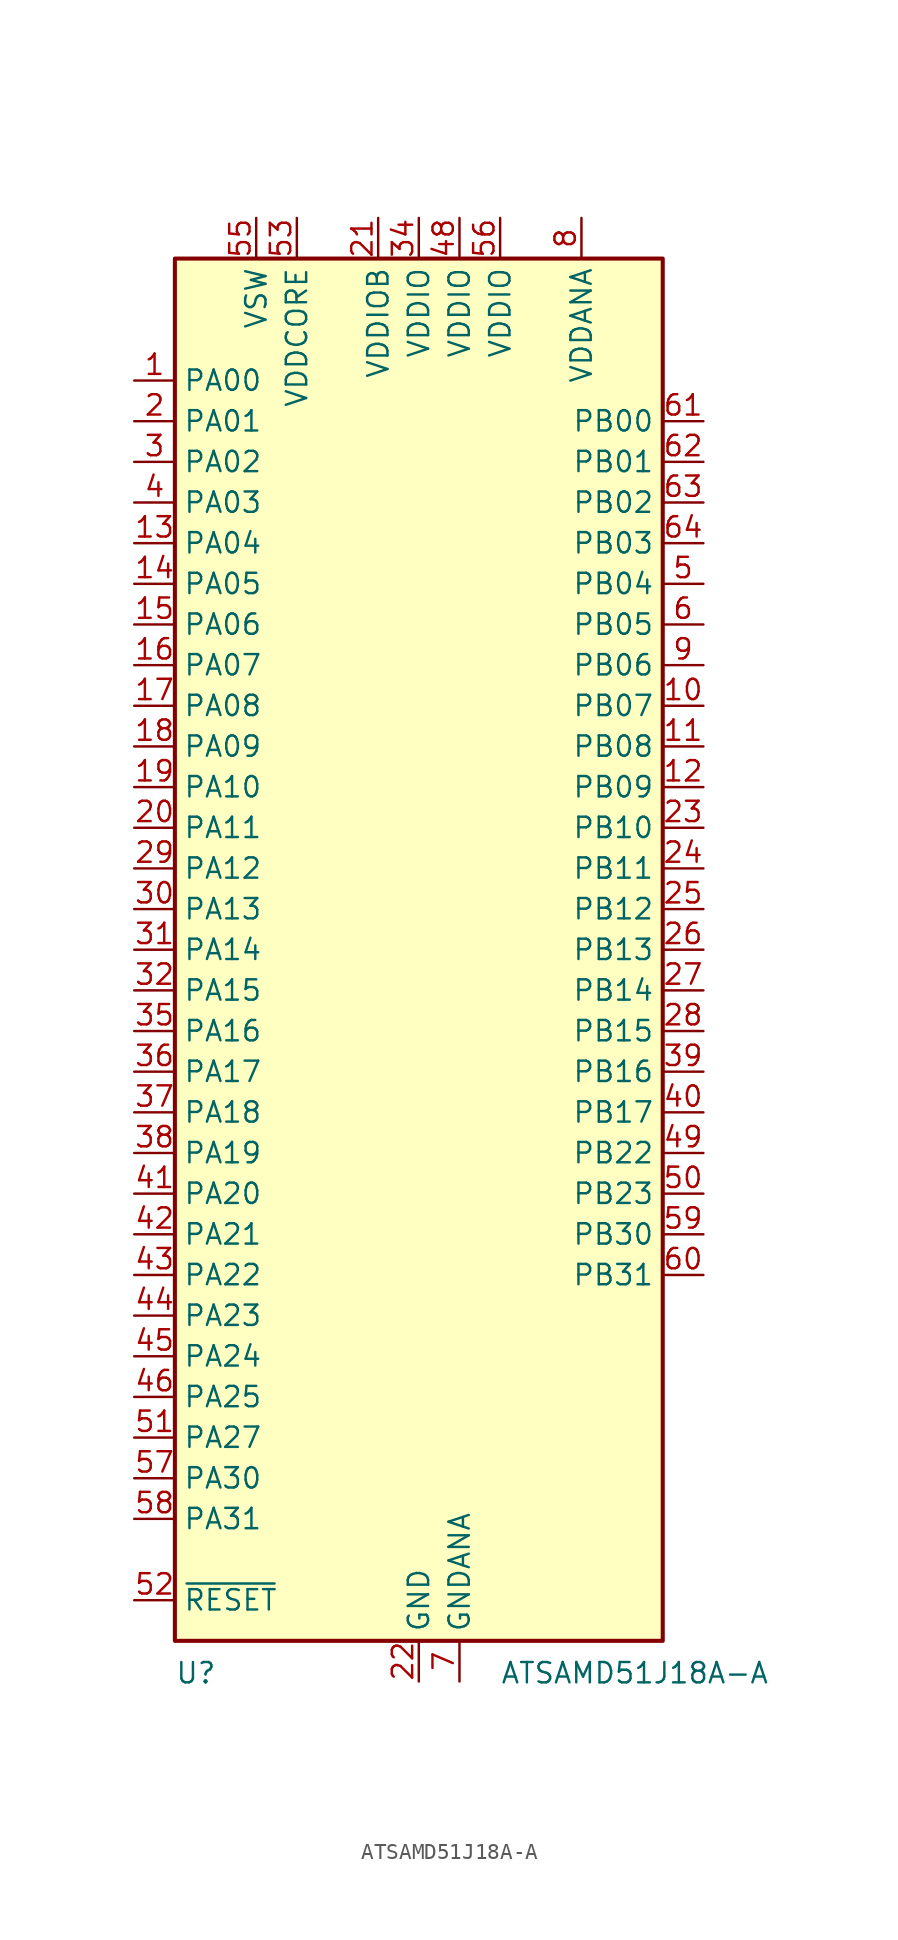
<source format=kicad_sym>
(kicad_symbol_lib
  (version 20201005)
  (generator kicad_symbol_editor)
  (symbol "ATSAMD51J18A-A"
    (property "Reference" "U"
      (at -15.24 -44.45 0)
      (effects (font (size 1.27 1.27)) (justify left top)))
    (property "Value" "ATSAMD51J18A-A"
      (at 5.08 -44.45 0)
      (effects (font (size 1.27 1.27)) (justify left top)))
    (symbol "ATSAMD51J18A-A_0_1"
      (rectangle (start -15.24 43.18) (end 15.24 -43.18) (stroke (width 0.254)) (fill (type background))))
    (symbol "ATSAMD51J18A-A_1_0"
      (pin bidirectional line (at 17.78 25.4 180) (length 2.54) (name "PB03" (effects (font (size 1.27 1.27)))) (number "64" (effects (font (size 1.27 1.27))))))
    (symbol "ATSAMD51J18A-A_1_1"
      (pin bidirectional line (at -17.78 35.56 0) (length 2.54) (name "PA00" (effects (font (size 1.27 1.27)))) (number "1" (effects (font (size 1.27 1.27)))))
      (pin bidirectional line (at 17.78 15.24 180) (length 2.54) (name "PB07" (effects (font (size 1.27 1.27)))) (number "10" (effects (font (size 1.27 1.27)))))
      (pin bidirectional line (at 17.78 12.7 180) (length 2.54) (name "PB08" (effects (font (size 1.27 1.27)))) (number "11" (effects (font (size 1.27 1.27)))))
      (pin bidirectional line (at 17.78 10.16 180) (length 2.54) (name "PB09" (effects (font (size 1.27 1.27)))) (number "12" (effects (font (size 1.27 1.27)))))
      (pin bidirectional line (at -17.78 25.4 0) (length 2.54) (name "PA04" (effects (font (size 1.27 1.27)))) (number "13" (effects (font (size 1.27 1.27)))))
      (pin bidirectional line (at -17.78 22.86 0) (length 2.54) (name "PA05" (effects (font (size 1.27 1.27)))) (number "14" (effects (font (size 1.27 1.27)))))
      (pin bidirectional line (at -17.78 20.32 0) (length 2.54) (name "PA06" (effects (font (size 1.27 1.27)))) (number "15" (effects (font (size 1.27 1.27)))))
      (pin bidirectional line (at -17.78 17.78 0) (length 2.54) (name "PA07" (effects (font (size 1.27 1.27)))) (number "16" (effects (font (size 1.27 1.27)))))
      (pin bidirectional line (at -17.78 15.24 0) (length 2.54) (name "PA08" (effects (font (size 1.27 1.27)))) (number "17" (effects (font (size 1.27 1.27)))))
      (pin bidirectional line (at -17.78 12.7 0) (length 2.54) (name "PA09" (effects (font (size 1.27 1.27)))) (number "18" (effects (font (size 1.27 1.27)))))
      (pin bidirectional line (at -17.78 10.16 0) (length 2.54) (name "PA10" (effects (font (size 1.27 1.27)))) (number "19" (effects (font (size 1.27 1.27)))))
      (pin bidirectional line (at -17.78 33.02 0) (length 2.54) (name "PA01" (effects (font (size 1.27 1.27)))) (number "2" (effects (font (size 1.27 1.27)))))
      (pin bidirectional line (at -17.78 7.62 0) (length 2.54) (name "PA11" (effects (font (size 1.27 1.27)))) (number "20" (effects (font (size 1.27 1.27)))))
      (pin power_in line (at -2.54 45.72 270) (length 2.54) (name "VDDIOB" (effects (font (size 1.27 1.27)))) (number "21" (effects (font (size 1.27 1.27)))))
      (pin power_in line (at 0 -45.72 90) (length 2.54) (name "GND" (effects (font (size 1.27 1.27)))) (number "22" (effects (font (size 1.27 1.27)))))
      (pin bidirectional line (at 17.78 7.62 180) (length 2.54) (name "PB10" (effects (font (size 1.27 1.27)))) (number "23" (effects (font (size 1.27 1.27)))))
      (pin bidirectional line (at 17.78 5.08 180) (length 2.54) (name "PB11" (effects (font (size 1.27 1.27)))) (number "24" (effects (font (size 1.27 1.27)))))
      (pin bidirectional line (at 17.78 2.54 180) (length 2.54) (name "PB12" (effects (font (size 1.27 1.27)))) (number "25" (effects (font (size 1.27 1.27)))))
      (pin bidirectional line (at 17.78 0 180) (length 2.54) (name "PB13" (effects (font (size 1.27 1.27)))) (number "26" (effects (font (size 1.27 1.27)))))
      (pin bidirectional line (at 17.78 -2.54 180) (length 2.54) (name "PB14" (effects (font (size 1.27 1.27)))) (number "27" (effects (font (size 1.27 1.27)))))
      (pin bidirectional line (at 17.78 -5.08 180) (length 2.54) (name "PB15" (effects (font (size 1.27 1.27)))) (number "28" (effects (font (size 1.27 1.27)))))
      (pin bidirectional line (at -17.78 5.08 0) (length 2.54) (name "PA12" (effects (font (size 1.27 1.27)))) (number "29" (effects (font (size 1.27 1.27)))))
      (pin bidirectional line (at -17.78 30.48 0) (length 2.54) (name "PA02" (effects (font (size 1.27 1.27)))) (number "3" (effects (font (size 1.27 1.27)))))
      (pin bidirectional line (at -17.78 2.54 0) (length 2.54) (name "PA13" (effects (font (size 1.27 1.27)))) (number "30" (effects (font (size 1.27 1.27)))))
      (pin bidirectional line (at -17.78 0 0) (length 2.54) (name "PA14" (effects (font (size 1.27 1.27)))) (number "31" (effects (font (size 1.27 1.27)))))
      (pin bidirectional line (at -17.78 -2.54 0) (length 2.54) (name "PA15" (effects (font (size 1.27 1.27)))) (number "32" (effects (font (size 1.27 1.27)))))
      (pin passive line (at 0 -45.72 90) (length 2.54) hide (name "GND" (effects (font (size 1.27 1.27)))) (number "33" (effects (font (size 1.27 1.27)))))
      (pin power_in line (at 0 45.72 270) (length 2.54) (name "VDDIO" (effects (font (size 1.27 1.27)))) (number "34" (effects (font (size 1.27 1.27)))))
      (pin bidirectional line (at -17.78 -5.08 0) (length 2.54) (name "PA16" (effects (font (size 1.27 1.27)))) (number "35" (effects (font (size 1.27 1.27)))))
      (pin bidirectional line (at -17.78 -7.62 0) (length 2.54) (name "PA17" (effects (font (size 1.27 1.27)))) (number "36" (effects (font (size 1.27 1.27)))))
      (pin bidirectional line (at -17.78 -10.16 0) (length 2.54) (name "PA18" (effects (font (size 1.27 1.27)))) (number "37" (effects (font (size 1.27 1.27)))))
      (pin bidirectional line (at -17.78 -12.7 0) (length 2.54) (name "PA19" (effects (font (size 1.27 1.27)))) (number "38" (effects (font (size 1.27 1.27)))))
      (pin bidirectional line (at 17.78 -7.62 180) (length 2.54) (name "PB16" (effects (font (size 1.27 1.27)))) (number "39" (effects (font (size 1.27 1.27)))))
      (pin bidirectional line (at -17.78 27.94 0) (length 2.54) (name "PA03" (effects (font (size 1.27 1.27)))) (number "4" (effects (font (size 1.27 1.27)))))
      (pin bidirectional line (at 17.78 -10.16 180) (length 2.54) (name "PB17" (effects (font (size 1.27 1.27)))) (number "40" (effects (font (size 1.27 1.27)))))
      (pin bidirectional line (at -17.78 -15.24 0) (length 2.54) (name "PA20" (effects (font (size 1.27 1.27)))) (number "41" (effects (font (size 1.27 1.27)))))
      (pin bidirectional line (at -17.78 -17.78 0) (length 2.54) (name "PA21" (effects (font (size 1.27 1.27)))) (number "42" (effects (font (size 1.27 1.27)))))
      (pin bidirectional line (at -17.78 -20.32 0) (length 2.54) (name "PA22" (effects (font (size 1.27 1.27)))) (number "43" (effects (font (size 1.27 1.27)))))
      (pin bidirectional line (at -17.78 -22.86 0) (length 2.54) (name "PA23" (effects (font (size 1.27 1.27)))) (number "44" (effects (font (size 1.27 1.27)))))
      (pin bidirectional line (at -17.78 -25.4 0) (length 2.54) (name "PA24" (effects (font (size 1.27 1.27)))) (number "45" (effects (font (size 1.27 1.27)))))
      (pin bidirectional line (at -17.78 -27.94 0) (length 2.54) (name "PA25" (effects (font (size 1.27 1.27)))) (number "46" (effects (font (size 1.27 1.27)))))
      (pin passive line (at 0 -45.72 90) (length 2.54) hide (name "GND" (effects (font (size 1.27 1.27)))) (number "47" (effects (font (size 1.27 1.27)))))
      (pin power_in line (at 2.54 45.72 270) (length 2.54) (name "VDDIO" (effects (font (size 1.27 1.27)))) (number "48" (effects (font (size 1.27 1.27)))))
      (pin bidirectional line (at 17.78 -12.7 180) (length 2.54) (name "PB22" (effects (font (size 1.27 1.27)))) (number "49" (effects (font (size 1.27 1.27)))))
      (pin bidirectional line (at 17.78 22.86 180) (length 2.54) (name "PB04" (effects (font (size 1.27 1.27)))) (number "5" (effects (font (size 1.27 1.27)))))
      (pin bidirectional line (at 17.78 -15.24 180) (length 2.54) (name "PB23" (effects (font (size 1.27 1.27)))) (number "50" (effects (font (size 1.27 1.27)))))
      (pin bidirectional line (at -17.78 -30.48 0) (length 2.54) (name "PA27" (effects (font (size 1.27 1.27)))) (number "51" (effects (font (size 1.27 1.27)))))
      (pin input line (at -17.78 -40.64 0) (length 2.54) (name "~RESET" (effects (font (size 1.27 1.27)))) (number "52" (effects (font (size 1.27 1.27)))))
      (pin power_out line (at -7.62 45.72 270) (length 2.54) (name "VDDCORE" (effects (font (size 1.27 1.27)))) (number "53" (effects (font (size 1.27 1.27)))))
      (pin passive line (at 0 -45.72 90) (length 2.54) hide (name "GND" (effects (font (size 1.27 1.27)))) (number "54" (effects (font (size 1.27 1.27)))))
      (pin power_in line (at -10.16 45.72 270) (length 2.54) (name "VSW" (effects (font (size 1.27 1.27)))) (number "55" (effects (font (size 1.27 1.27)))))
      (pin power_in line (at 5.08 45.72 270) (length 2.54) (name "VDDIO" (effects (font (size 1.27 1.27)))) (number "56" (effects (font (size 1.27 1.27)))))
      (pin bidirectional line (at -17.78 -33.02 0) (length 2.54) (name "PA30" (effects (font (size 1.27 1.27)))) (number "57" (effects (font (size 1.27 1.27)))))
      (pin bidirectional line (at -17.78 -35.56 0) (length 2.54) (name "PA31" (effects (font (size 1.27 1.27)))) (number "58" (effects (font (size 1.27 1.27)))))
      (pin bidirectional line (at 17.78 -17.78 180) (length 2.54) (name "PB30" (effects (font (size 1.27 1.27)))) (number "59" (effects (font (size 1.27 1.27)))))
      (pin bidirectional line (at 17.78 20.32 180) (length 2.54) (name "PB05" (effects (font (size 1.27 1.27)))) (number "6" (effects (font (size 1.27 1.27)))))
      (pin bidirectional line (at 17.78 -20.32 180) (length 2.54) (name "PB31" (effects (font (size 1.27 1.27)))) (number "60" (effects (font (size 1.27 1.27)))))
      (pin bidirectional line (at 17.78 33.02 180) (length 2.54) (name "PB00" (effects (font (size 1.27 1.27)))) (number "61" (effects (font (size 1.27 1.27)))))
      (pin bidirectional line (at 17.78 30.48 180) (length 2.54) (name "PB01" (effects (font (size 1.27 1.27)))) (number "62" (effects (font (size 1.27 1.27)))))
      (pin bidirectional line (at 17.78 27.94 180) (length 2.54) (name "PB02" (effects (font (size 1.27 1.27)))) (number "63" (effects (font (size 1.27 1.27)))))
      (pin power_in line (at 2.54 -45.72 90) (length 2.54) (name "GNDANA" (effects (font (size 1.27 1.27)))) (number "7" (effects (font (size 1.27 1.27)))))
      (pin power_in line (at 10.16 45.72 270) (length 2.54) (name "VDDANA" (effects (font (size 1.27 1.27)))) (number "8" (effects (font (size 1.27 1.27)))))
      (pin bidirectional line (at 17.78 17.78 180) (length 2.54) (name "PB06" (effects (font (size 1.27 1.27)))) (number "9" (effects (font (size 1.27 1.27))))))))
</source>
